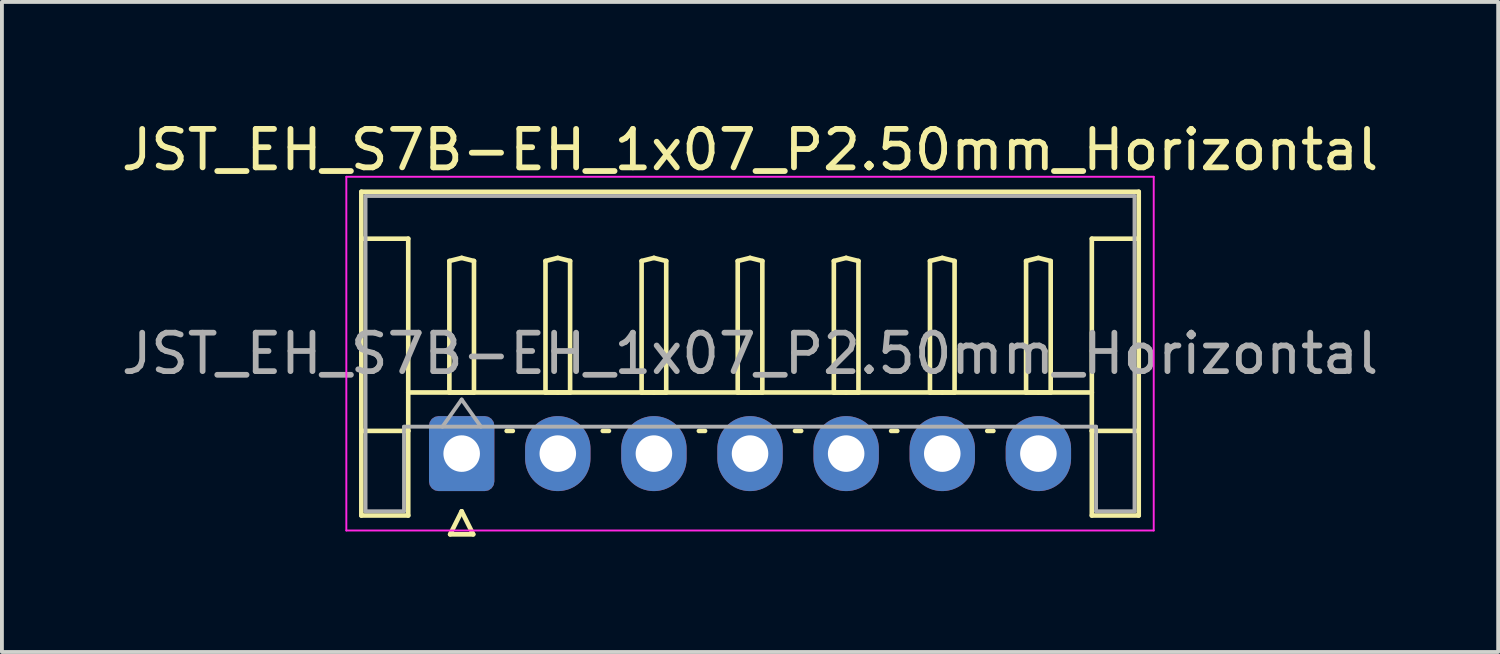
<source format=kicad_pcb>
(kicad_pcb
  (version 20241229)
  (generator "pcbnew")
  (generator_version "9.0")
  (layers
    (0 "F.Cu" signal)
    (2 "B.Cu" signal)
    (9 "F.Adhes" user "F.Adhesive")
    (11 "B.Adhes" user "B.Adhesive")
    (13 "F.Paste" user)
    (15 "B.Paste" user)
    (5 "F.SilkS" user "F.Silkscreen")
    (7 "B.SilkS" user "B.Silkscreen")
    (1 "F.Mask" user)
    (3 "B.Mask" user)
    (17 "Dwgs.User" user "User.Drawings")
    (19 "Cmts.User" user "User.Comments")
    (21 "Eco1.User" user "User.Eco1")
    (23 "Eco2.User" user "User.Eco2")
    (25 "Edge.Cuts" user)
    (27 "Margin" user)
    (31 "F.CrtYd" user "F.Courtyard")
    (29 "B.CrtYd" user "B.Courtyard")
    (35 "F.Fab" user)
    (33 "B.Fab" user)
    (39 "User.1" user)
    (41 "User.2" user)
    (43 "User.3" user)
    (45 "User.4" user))
  (footprint "JST_EH_S7B-EH_1x07_P2.50mm_Horizontal"
    (layer "F.Cu")
    (at 8.958 8.748)
    (property "Reference" "JST_EH_S7B-EH_1x07_P2.50mm_Horizontal" (at 7.5 -7.9 0) (layer "F.SilkS") (effects (font (size 1 1) (thickness 0.15))))
    (attr through_hole)
    (fp_line (start -2.61 -6.81) (end 17.61 -6.81) (stroke (width 0.12) (type solid)) (layer "F.SilkS"))
    (fp_line (start -2.61 -5.59) (end -1.39 -5.59) (stroke (width 0.12) (type solid)) (layer "F.SilkS"))
    (fp_line (start -2.61 1.61) (end -2.61 -6.81) (stroke (width 0.12) (type solid)) (layer "F.SilkS"))
    (fp_line (start -1.39 -5.59) (end -1.39 -0.59) (stroke (width 0.12) (type solid)) (layer "F.SilkS"))
    (fp_line (start -1.39 -1.59) (end 16.39 -1.59) (stroke (width 0.12) (type solid)) (layer "F.SilkS"))
    (fp_line (start -1.39 -0.59) (end -2.61 -0.59) (stroke (width 0.12) (type solid)) (layer "F.SilkS"))
    (fp_line (start -1.39 -0.59) (end -1.39 1.61) (stroke (width 0.12) (type solid)) (layer "F.SilkS"))
    (fp_line (start -1.39 1.61) (end -2.61 1.61) (stroke (width 0.12) (type solid)) (layer "F.SilkS"))
    (fp_line (start -0.32 -5.01) (end 0 -5.09) (stroke (width 0.12) (type solid)) (layer "F.SilkS"))
    (fp_line (start -0.32 -1.59) (end -0.32 -5.01) (stroke (width 0.12) (type solid)) (layer "F.SilkS"))
    (fp_line (start -0.3 2.1) (end 0.3 2.1) (stroke (width 0.12) (type solid)) (layer "F.SilkS"))
    (fp_line (start 0 -5.09) (end 0.32 -5.01) (stroke (width 0.12) (type solid)) (layer "F.SilkS"))
    (fp_line (start 0 -1.59) (end -0.32 -1.59) (stroke (width 0.12) (type solid)) (layer "F.SilkS"))
    (fp_line (start 0 1.5) (end -0.3 2.1) (stroke (width 0.12) (type solid)) (layer "F.SilkS"))
    (fp_line (start 0.3 2.1) (end 0 1.5) (stroke (width 0.12) (type solid)) (layer "F.SilkS"))
    (fp_line (start 0.32 -5.01) (end 0.32 -1.59) (stroke (width 0.12) (type solid)) (layer "F.SilkS"))
    (fp_line (start 0.32 -1.59) (end 0 -1.59) (stroke (width 0.12) (type solid)) (layer "F.SilkS"))
    (fp_line (start 1.17 -0.59) (end 1.33 -0.59) (stroke (width 0.12) (type solid)) (layer "F.SilkS"))
    (fp_line (start 2.18 -5.01) (end 2.5 -5.09) (stroke (width 0.12) (type solid)) (layer "F.SilkS"))
    (fp_line (start 2.18 -1.59) (end 2.18 -5.01) (stroke (width 0.12) (type solid)) (layer "F.SilkS"))
    (fp_line (start 2.5 -5.09) (end 2.82 -5.01) (stroke (width 0.12) (type solid)) (layer "F.SilkS"))
    (fp_line (start 2.5 -1.59) (end 2.18 -1.59) (stroke (width 0.12) (type solid)) (layer "F.SilkS"))
    (fp_line (start 2.82 -5.01) (end 2.82 -1.59) (stroke (width 0.12) (type solid)) (layer "F.SilkS"))
    (fp_line (start 2.82 -1.59) (end 2.5 -1.59) (stroke (width 0.12) (type solid)) (layer "F.SilkS"))
    (fp_line (start 3.67 -0.59) (end 3.83 -0.59) (stroke (width 0.12) (type solid)) (layer "F.SilkS"))
    (fp_line (start 4.68 -5.01) (end 5 -5.09) (stroke (width 0.12) (type solid)) (layer "F.SilkS"))
    (fp_line (start 4.68 -1.59) (end 4.68 -5.01) (stroke (width 0.12) (type solid)) (layer "F.SilkS"))
    (fp_line (start 5 -5.09) (end 5.32 -5.01) (stroke (width 0.12) (type solid)) (layer "F.SilkS"))
    (fp_line (start 5 -1.59) (end 4.68 -1.59) (stroke (width 0.12) (type solid)) (layer "F.SilkS"))
    (fp_line (start 5.32 -5.01) (end 5.32 -1.59) (stroke (width 0.12) (type solid)) (layer "F.SilkS"))
    (fp_line (start 5.32 -1.59) (end 5 -1.59) (stroke (width 0.12) (type solid)) (layer "F.SilkS"))
    (fp_line (start 6.17 -0.59) (end 6.33 -0.59) (stroke (width 0.12) (type solid)) (layer "F.SilkS"))
    (fp_line (start 7.18 -5.01) (end 7.5 -5.09) (stroke (width 0.12) (type solid)) (layer "F.SilkS"))
    (fp_line (start 7.18 -1.59) (end 7.18 -5.01) (stroke (width 0.12) (type solid)) (layer "F.SilkS"))
    (fp_line (start 7.5 -5.09) (end 7.82 -5.01) (stroke (width 0.12) (type solid)) (layer "F.SilkS"))
    (fp_line (start 7.5 -1.59) (end 7.18 -1.59) (stroke (width 0.12) (type solid)) (layer "F.SilkS"))
    (fp_line (start 7.82 -5.01) (end 7.82 -1.59) (stroke (width 0.12) (type solid)) (layer "F.SilkS"))
    (fp_line (start 7.82 -1.59) (end 7.5 -1.59) (stroke (width 0.12) (type solid)) (layer "F.SilkS"))
    (fp_line (start 8.67 -0.59) (end 8.83 -0.59) (stroke (width 0.12) (type solid)) (layer "F.SilkS"))
    (fp_line (start 9.68 -5.01) (end 10 -5.09) (stroke (width 0.12) (type solid)) (layer "F.SilkS"))
    (fp_line (start 9.68 -1.59) (end 9.68 -5.01) (stroke (width 0.12) (type solid)) (layer "F.SilkS"))
    (fp_line (start 10 -5.09) (end 10.32 -5.01) (stroke (width 0.12) (type solid)) (layer "F.SilkS"))
    (fp_line (start 10 -1.59) (end 9.68 -1.59) (stroke (width 0.12) (type solid)) (layer "F.SilkS"))
    (fp_line (start 10.32 -5.01) (end 10.32 -1.59) (stroke (width 0.12) (type solid)) (layer "F.SilkS"))
    (fp_line (start 10.32 -1.59) (end 10 -1.59) (stroke (width 0.12) (type solid)) (layer "F.SilkS"))
    (fp_line (start 11.17 -0.59) (end 11.33 -0.59) (stroke (width 0.12) (type solid)) (layer "F.SilkS"))
    (fp_line (start 12.18 -5.01) (end 12.5 -5.09) (stroke (width 0.12) (type solid)) (layer "F.SilkS"))
    (fp_line (start 12.18 -1.59) (end 12.18 -5.01) (stroke (width 0.12) (type solid)) (layer "F.SilkS"))
    (fp_line (start 12.5 -5.09) (end 12.82 -5.01) (stroke (width 0.12) (type solid)) (layer "F.SilkS"))
    (fp_line (start 12.5 -1.59) (end 12.18 -1.59) (stroke (width 0.12) (type solid)) (layer "F.SilkS"))
    (fp_line (start 12.82 -5.01) (end 12.82 -1.59) (stroke (width 0.12) (type solid)) (layer "F.SilkS"))
    (fp_line (start 12.82 -1.59) (end 12.5 -1.59) (stroke (width 0.12) (type solid)) (layer "F.SilkS"))
    (fp_line (start 13.67 -0.59) (end 13.83 -0.59) (stroke (width 0.12) (type solid)) (layer "F.SilkS"))
    (fp_line (start 14.68 -5.01) (end 15 -5.09) (stroke (width 0.12) (type solid)) (layer "F.SilkS"))
    (fp_line (start 14.68 -1.59) (end 14.68 -5.01) (stroke (width 0.12) (type solid)) (layer "F.SilkS"))
    (fp_line (start 15 -5.09) (end 15.32 -5.01) (stroke (width 0.12) (type solid)) (layer "F.SilkS"))
    (fp_line (start 15 -1.59) (end 14.68 -1.59) (stroke (width 0.12) (type solid)) (layer "F.SilkS"))
    (fp_line (start 15.32 -5.01) (end 15.32 -1.59) (stroke (width 0.12) (type solid)) (layer "F.SilkS"))
    (fp_line (start 15.32 -1.59) (end 15 -1.59) (stroke (width 0.12) (type solid)) (layer "F.SilkS"))
    (fp_line (start 16.39 -5.59) (end 16.39 -0.59) (stroke (width 0.12) (type solid)) (layer "F.SilkS"))
    (fp_line (start 16.39 -0.59) (end 17.61 -0.59) (stroke (width 0.12) (type solid)) (layer "F.SilkS"))
    (fp_line (start 16.39 1.61) (end 16.39 -0.59) (stroke (width 0.12) (type solid)) (layer "F.SilkS"))
    (fp_line (start 17.61 -6.81) (end 17.61 1.61) (stroke (width 0.12) (type solid)) (layer "F.SilkS"))
    (fp_line (start 17.61 -5.59) (end 16.39 -5.59) (stroke (width 0.12) (type solid)) (layer "F.SilkS"))
    (fp_line (start 17.61 1.61) (end 16.39 1.61) (stroke (width 0.12) (type solid)) (layer "F.SilkS"))
    (fp_line (start -3 -7.2) (end -3 2) (stroke (width 0.05) (type solid)) (layer "F.CrtYd"))
    (fp_line (start -3 2) (end 18 2) (stroke (width 0.05) (type solid)) (layer "F.CrtYd"))
    (fp_line (start 18 -7.2) (end -3 -7.2) (stroke (width 0.05) (type solid)) (layer "F.CrtYd"))
    (fp_line (start 18 2) (end 18 -7.2) (stroke (width 0.05) (type solid)) (layer "F.CrtYd"))
    (fp_line (start -2.5 -6.7) (end 17.5 -6.7) (stroke (width 0.1) (type solid)) (layer "F.Fab"))
    (fp_line (start -2.5 1.5) (end -2.5 -6.7) (stroke (width 0.1) (type solid)) (layer "F.Fab"))
    (fp_line (start -1.5 -0.7) (end -1.5 1.5) (stroke (width 0.1) (type solid)) (layer "F.Fab"))
    (fp_line (start -1.5 1.5) (end -2.5 1.5) (stroke (width 0.1) (type solid)) (layer "F.Fab"))
    (fp_line (start -0.5 -0.7) (end 0 -1.407) (stroke (width 0.1) (type solid)) (layer "F.Fab"))
    (fp_line (start 0 -1.407) (end 0.5 -0.7) (stroke (width 0.1) (type solid)) (layer "F.Fab"))
    (fp_line (start 16.5 -0.7) (end -1.5 -0.7) (stroke (width 0.1) (type solid)) (layer "F.Fab"))
    (fp_line (start 16.5 1.5) (end 16.5 -0.7) (stroke (width 0.1) (type solid)) (layer "F.Fab"))
    (fp_line (start 17.5 -6.7) (end 17.5 1.5) (stroke (width 0.1) (type solid)) (layer "F.Fab"))
    (fp_line (start 17.5 1.5) (end 16.5 1.5) (stroke (width 0.1) (type solid)) (layer "F.Fab"))
    (fp_text user "${REFERENCE}" (at 7.5 -2.6 0) (layer "F.Fab") (effects (font (size 1 1) (thickness 0.15))))
    (pad "1" thru_hole roundrect (at 0 0) (size 1.7 1.95) (drill 0.95) (layers "*.Cu" "*.Mask") (roundrect_rratio 0.147))
    (pad "2" thru_hole oval (at 2.5 0) (size 1.7 1.95) (drill 0.95) (layers "*.Cu" "*.Mask"))
    (pad "3" thru_hole oval (at 5 0) (size 1.7 1.95) (drill 0.95) (layers "*.Cu" "*.Mask"))
    (pad "4" thru_hole oval (at 7.5 0) (size 1.7 1.95) (drill 0.95) (layers "*.Cu" "*.Mask"))
    (pad "5" thru_hole oval (at 10 0) (size 1.7 1.95) (drill 0.95) (layers "*.Cu" "*.Mask"))
    (pad "6" thru_hole oval (at 12.5 0) (size 1.7 1.95) (drill 0.95) (layers "*.Cu" "*.Mask"))
    (pad "7" thru_hole oval (at 15 0) (size 1.7 1.95) (drill 0.95) (layers "*.Cu" "*.Mask")))
  (gr_rect
    (start -3 -3)
    (end 35.917 13.908)
    (stroke (width 0.1) (type default))
    (fill no)
    (layer "Edge.Cuts")))
</source>
